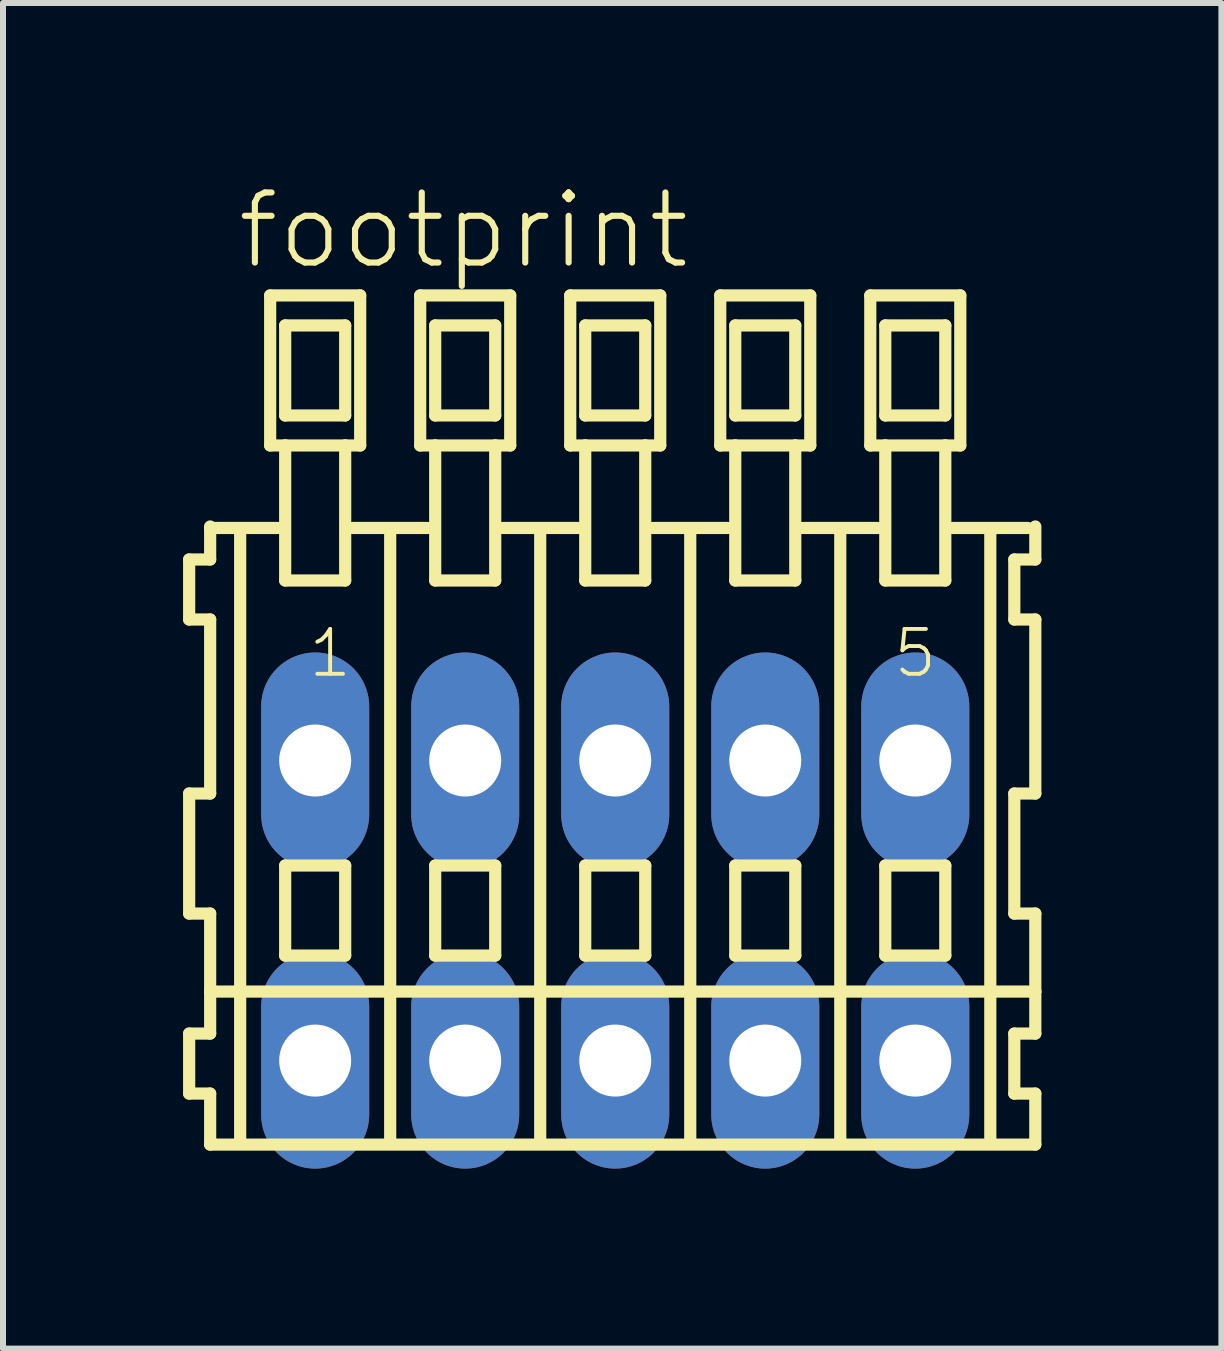
<source format=kicad_pcb>
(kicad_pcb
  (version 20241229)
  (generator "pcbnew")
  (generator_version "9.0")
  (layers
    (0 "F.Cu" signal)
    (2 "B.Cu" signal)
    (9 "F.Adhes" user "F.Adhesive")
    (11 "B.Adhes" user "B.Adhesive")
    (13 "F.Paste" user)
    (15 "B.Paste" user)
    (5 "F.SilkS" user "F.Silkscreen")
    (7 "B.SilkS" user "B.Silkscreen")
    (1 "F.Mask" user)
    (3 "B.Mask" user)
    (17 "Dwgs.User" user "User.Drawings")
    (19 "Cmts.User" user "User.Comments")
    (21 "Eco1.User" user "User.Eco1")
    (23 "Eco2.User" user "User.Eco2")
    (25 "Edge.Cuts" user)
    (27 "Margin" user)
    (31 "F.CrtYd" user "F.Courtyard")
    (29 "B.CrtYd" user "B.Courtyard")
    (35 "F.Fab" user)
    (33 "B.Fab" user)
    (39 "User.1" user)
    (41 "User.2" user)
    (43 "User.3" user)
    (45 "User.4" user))
  (footprint "footprint"
    (layer "F.Cu")
    (at 7.202 12.123)
    (property "Reference" "footprint" (at -6.35 -10.65 0) (layer "F.SilkS") (effects (font (size 1.168 1.168) (thickness 0.102)) (justify left bottom)))
    (fp_line (start -7.1 -5.85) (end -7.1 -4.85) (stroke (width 0.203) (type solid)) (layer "F.SilkS"))
    (fp_line (start -7.1 -4.85) (end -6.75 -4.85) (stroke (width 0.203) (type solid)) (layer "F.SilkS"))
    (fp_line (start -7.1 -1.95) (end -7.1 0.05) (stroke (width 0.203) (type solid)) (layer "F.SilkS"))
    (fp_line (start -7.1 0.05) (end -6.75 0.05) (stroke (width 0.203) (type solid)) (layer "F.SilkS"))
    (fp_line (start -7.1 2.05) (end -7.1 3.05) (stroke (width 0.203) (type solid)) (layer "F.SilkS"))
    (fp_line (start -7.1 3.05) (end -6.75 3.05) (stroke (width 0.203) (type solid)) (layer "F.SilkS"))
    (fp_line (start -6.75 -6.4) (end -6.75 -6.375) (stroke (width 0.203) (type solid)) (layer "F.SilkS"))
    (fp_line (start -6.75 -6.375) (end -6.75 -5.85) (stroke (width 0.203) (type solid)) (layer "F.SilkS"))
    (fp_line (start -6.75 -6.375) (end -5.625 -6.375) (stroke (width 0.203) (type solid)) (layer "F.SilkS"))
    (fp_line (start -6.75 -5.85) (end -7.1 -5.85) (stroke (width 0.203) (type solid)) (layer "F.SilkS"))
    (fp_line (start -6.75 -4.85) (end -6.75 -1.95) (stroke (width 0.203) (type solid)) (layer "F.SilkS"))
    (fp_line (start -6.75 -1.95) (end -7.1 -1.95) (stroke (width 0.203) (type solid)) (layer "F.SilkS"))
    (fp_line (start -6.75 0.05) (end -6.75 1.35) (stroke (width 0.203) (type solid)) (layer "F.SilkS"))
    (fp_line (start -6.75 1.35) (end -6.75 2.05) (stroke (width 0.203) (type solid)) (layer "F.SilkS"))
    (fp_line (start -6.75 1.35) (end 7 1.35) (stroke (width 0.203) (type solid)) (layer "F.SilkS"))
    (fp_line (start -6.75 2.05) (end -7.1 2.05) (stroke (width 0.203) (type solid)) (layer "F.SilkS"))
    (fp_line (start -6.75 3.05) (end -6.75 3.9) (stroke (width 0.203) (type solid)) (layer "F.SilkS"))
    (fp_line (start -6.75 3.9) (end 7 3.9) (stroke (width 0.203) (type solid)) (layer "F.SilkS"))
    (fp_line (start -6.25 -6.35) (end -6.25 3.8) (stroke (width 0.203) (type solid)) (layer "F.SilkS"))
    (fp_line (start -5.75 -10.25) (end -5.75 -7.75) (stroke (width 0.203) (type solid)) (layer "F.SilkS"))
    (fp_line (start -5.75 -7.75) (end -5.5 -7.75) (stroke (width 0.203) (type solid)) (layer "F.SilkS"))
    (fp_line (start -5.5 -9.75) (end -5.5 -8.25) (stroke (width 0.203) (type solid)) (layer "F.SilkS"))
    (fp_line (start -5.5 -8.25) (end -4.5 -8.25) (stroke (width 0.203) (type solid)) (layer "F.SilkS"))
    (fp_line (start -5.5 -7.75) (end -5.5 -5.5) (stroke (width 0.203) (type solid)) (layer "F.SilkS"))
    (fp_line (start -5.5 -7.75) (end -4.5 -7.75) (stroke (width 0.203) (type solid)) (layer "F.SilkS"))
    (fp_line (start -5.5 -5.5) (end -4.5 -5.5) (stroke (width 0.203) (type solid)) (layer "F.SilkS"))
    (fp_line (start -5.5 -0.75) (end -5.5 0.75) (stroke (width 0.203) (type solid)) (layer "F.SilkS"))
    (fp_line (start -5.5 0.75) (end -4.5 0.75) (stroke (width 0.203) (type solid)) (layer "F.SilkS"))
    (fp_line (start -4.5 -9.75) (end -5.5 -9.75) (stroke (width 0.203) (type solid)) (layer "F.SilkS"))
    (fp_line (start -4.5 -8.25) (end -4.5 -9.75) (stroke (width 0.203) (type solid)) (layer "F.SilkS"))
    (fp_line (start -4.5 -7.75) (end -4.25 -7.75) (stroke (width 0.203) (type solid)) (layer "F.SilkS"))
    (fp_line (start -4.5 -5.5) (end -4.5 -7.75) (stroke (width 0.203) (type solid)) (layer "F.SilkS"))
    (fp_line (start -4.5 -0.75) (end -5.5 -0.75) (stroke (width 0.203) (type solid)) (layer "F.SilkS"))
    (fp_line (start -4.5 0.75) (end -4.5 -0.75) (stroke (width 0.203) (type solid)) (layer "F.SilkS"))
    (fp_line (start -4.375 -6.375) (end -3.125 -6.375) (stroke (width 0.203) (type solid)) (layer "F.SilkS"))
    (fp_line (start -4.25 -10.25) (end -5.75 -10.25) (stroke (width 0.203) (type solid)) (layer "F.SilkS"))
    (fp_line (start -4.25 -7.75) (end -4.25 -10.25) (stroke (width 0.203) (type solid)) (layer "F.SilkS"))
    (fp_line (start -3.75 -6.35) (end -3.75 3.8) (stroke (width 0.203) (type solid)) (layer "F.SilkS"))
    (fp_line (start -3.25 -10.25) (end -3.25 -7.75) (stroke (width 0.203) (type solid)) (layer "F.SilkS"))
    (fp_line (start -3.25 -7.75) (end -3 -7.75) (stroke (width 0.203) (type solid)) (layer "F.SilkS"))
    (fp_line (start -3 -9.75) (end -3 -8.25) (stroke (width 0.203) (type solid)) (layer "F.SilkS"))
    (fp_line (start -3 -8.25) (end -2 -8.25) (stroke (width 0.203) (type solid)) (layer "F.SilkS"))
    (fp_line (start -3 -7.75) (end -3 -5.5) (stroke (width 0.203) (type solid)) (layer "F.SilkS"))
    (fp_line (start -3 -7.75) (end -2 -7.75) (stroke (width 0.203) (type solid)) (layer "F.SilkS"))
    (fp_line (start -3 -5.5) (end -2 -5.5) (stroke (width 0.203) (type solid)) (layer "F.SilkS"))
    (fp_line (start -3 -0.75) (end -3 0.75) (stroke (width 0.203) (type solid)) (layer "F.SilkS"))
    (fp_line (start -3 0.75) (end -2 0.75) (stroke (width 0.203) (type solid)) (layer "F.SilkS"))
    (fp_line (start -2 -9.75) (end -3 -9.75) (stroke (width 0.203) (type solid)) (layer "F.SilkS"))
    (fp_line (start -2 -8.25) (end -2 -9.75) (stroke (width 0.203) (type solid)) (layer "F.SilkS"))
    (fp_line (start -2 -7.75) (end -1.75 -7.75) (stroke (width 0.203) (type solid)) (layer "F.SilkS"))
    (fp_line (start -2 -5.5) (end -2 -7.75) (stroke (width 0.203) (type solid)) (layer "F.SilkS"))
    (fp_line (start -2 -0.75) (end -3 -0.75) (stroke (width 0.203) (type solid)) (layer "F.SilkS"))
    (fp_line (start -2 0.75) (end -2 -0.75) (stroke (width 0.203) (type solid)) (layer "F.SilkS"))
    (fp_line (start -1.875 -6.375) (end -0.625 -6.375) (stroke (width 0.203) (type solid)) (layer "F.SilkS"))
    (fp_line (start -1.75 -10.25) (end -3.25 -10.25) (stroke (width 0.203) (type solid)) (layer "F.SilkS"))
    (fp_line (start -1.75 -7.75) (end -1.75 -10.25) (stroke (width 0.203) (type solid)) (layer "F.SilkS"))
    (fp_line (start -1.25 -6.35) (end -1.25 3.8) (stroke (width 0.203) (type solid)) (layer "F.SilkS"))
    (fp_line (start -0.75 -10.25) (end -0.75 -7.75) (stroke (width 0.203) (type solid)) (layer "F.SilkS"))
    (fp_line (start -0.75 -7.75) (end -0.5 -7.75) (stroke (width 0.203) (type solid)) (layer "F.SilkS"))
    (fp_line (start -0.5 -9.75) (end -0.5 -8.25) (stroke (width 0.203) (type solid)) (layer "F.SilkS"))
    (fp_line (start -0.5 -8.25) (end 0.5 -8.25) (stroke (width 0.203) (type solid)) (layer "F.SilkS"))
    (fp_line (start -0.5 -7.75) (end -0.5 -5.5) (stroke (width 0.203) (type solid)) (layer "F.SilkS"))
    (fp_line (start -0.5 -7.75) (end 0.5 -7.75) (stroke (width 0.203) (type solid)) (layer "F.SilkS"))
    (fp_line (start -0.5 -5.5) (end 0.5 -5.5) (stroke (width 0.203) (type solid)) (layer "F.SilkS"))
    (fp_line (start -0.5 -0.75) (end -0.5 0.75) (stroke (width 0.203) (type solid)) (layer "F.SilkS"))
    (fp_line (start -0.5 0.75) (end 0.5 0.75) (stroke (width 0.203) (type solid)) (layer "F.SilkS"))
    (fp_line (start 0.5 -9.75) (end -0.5 -9.75) (stroke (width 0.203) (type solid)) (layer "F.SilkS"))
    (fp_line (start 0.5 -8.25) (end 0.5 -9.75) (stroke (width 0.203) (type solid)) (layer "F.SilkS"))
    (fp_line (start 0.5 -7.75) (end 0.75 -7.75) (stroke (width 0.203) (type solid)) (layer "F.SilkS"))
    (fp_line (start 0.5 -5.5) (end 0.5 -7.75) (stroke (width 0.203) (type solid)) (layer "F.SilkS"))
    (fp_line (start 0.5 -0.75) (end -0.5 -0.75) (stroke (width 0.203) (type solid)) (layer "F.SilkS"))
    (fp_line (start 0.5 0.75) (end 0.5 -0.75) (stroke (width 0.203) (type solid)) (layer "F.SilkS"))
    (fp_line (start 0.625 -6.375) (end 1.875 -6.375) (stroke (width 0.203) (type solid)) (layer "F.SilkS"))
    (fp_line (start 0.75 -10.25) (end -0.75 -10.25) (stroke (width 0.203) (type solid)) (layer "F.SilkS"))
    (fp_line (start 0.75 -7.75) (end 0.75 -10.25) (stroke (width 0.203) (type solid)) (layer "F.SilkS"))
    (fp_line (start 1.25 -6.35) (end 1.25 3.8) (stroke (width 0.203) (type solid)) (layer "F.SilkS"))
    (fp_line (start 1.75 -10.25) (end 1.75 -7.75) (stroke (width 0.203) (type solid)) (layer "F.SilkS"))
    (fp_line (start 1.75 -7.75) (end 2 -7.75) (stroke (width 0.203) (type solid)) (layer "F.SilkS"))
    (fp_line (start 2 -9.75) (end 2 -8.25) (stroke (width 0.203) (type solid)) (layer "F.SilkS"))
    (fp_line (start 2 -8.25) (end 3 -8.25) (stroke (width 0.203) (type solid)) (layer "F.SilkS"))
    (fp_line (start 2 -7.75) (end 2 -5.5) (stroke (width 0.203) (type solid)) (layer "F.SilkS"))
    (fp_line (start 2 -7.75) (end 3 -7.75) (stroke (width 0.203) (type solid)) (layer "F.SilkS"))
    (fp_line (start 2 -5.5) (end 3 -5.5) (stroke (width 0.203) (type solid)) (layer "F.SilkS"))
    (fp_line (start 2 -0.75) (end 2 0.75) (stroke (width 0.203) (type solid)) (layer "F.SilkS"))
    (fp_line (start 2 0.75) (end 3 0.75) (stroke (width 0.203) (type solid)) (layer "F.SilkS"))
    (fp_line (start 3 -9.75) (end 2 -9.75) (stroke (width 0.203) (type solid)) (layer "F.SilkS"))
    (fp_line (start 3 -8.25) (end 3 -9.75) (stroke (width 0.203) (type solid)) (layer "F.SilkS"))
    (fp_line (start 3 -7.75) (end 3.25 -7.75) (stroke (width 0.203) (type solid)) (layer "F.SilkS"))
    (fp_line (start 3 -5.5) (end 3 -7.75) (stroke (width 0.203) (type solid)) (layer "F.SilkS"))
    (fp_line (start 3 -0.75) (end 2 -0.75) (stroke (width 0.203) (type solid)) (layer "F.SilkS"))
    (fp_line (start 3 0.75) (end 3 -0.75) (stroke (width 0.203) (type solid)) (layer "F.SilkS"))
    (fp_line (start 3.125 -6.375) (end 4.375 -6.375) (stroke (width 0.203) (type solid)) (layer "F.SilkS"))
    (fp_line (start 3.25 -10.25) (end 1.75 -10.25) (stroke (width 0.203) (type solid)) (layer "F.SilkS"))
    (fp_line (start 3.25 -7.75) (end 3.25 -10.25) (stroke (width 0.203) (type solid)) (layer "F.SilkS"))
    (fp_line (start 3.75 -6.35) (end 3.75 3.8) (stroke (width 0.203) (type solid)) (layer "F.SilkS"))
    (fp_line (start 4.25 -10.25) (end 4.25 -7.75) (stroke (width 0.203) (type solid)) (layer "F.SilkS"))
    (fp_line (start 4.25 -7.75) (end 4.5 -7.75) (stroke (width 0.203) (type solid)) (layer "F.SilkS"))
    (fp_line (start 4.5 -9.75) (end 4.5 -8.25) (stroke (width 0.203) (type solid)) (layer "F.SilkS"))
    (fp_line (start 4.5 -8.25) (end 5.5 -8.25) (stroke (width 0.203) (type solid)) (layer "F.SilkS"))
    (fp_line (start 4.5 -7.75) (end 4.5 -5.5) (stroke (width 0.203) (type solid)) (layer "F.SilkS"))
    (fp_line (start 4.5 -7.75) (end 5.5 -7.75) (stroke (width 0.203) (type solid)) (layer "F.SilkS"))
    (fp_line (start 4.5 -5.5) (end 5.5 -5.5) (stroke (width 0.203) (type solid)) (layer "F.SilkS"))
    (fp_line (start 4.5 -0.75) (end 4.5 0.75) (stroke (width 0.203) (type solid)) (layer "F.SilkS"))
    (fp_line (start 4.5 0.75) (end 5.5 0.75) (stroke (width 0.203) (type solid)) (layer "F.SilkS"))
    (fp_line (start 5.5 -9.75) (end 4.5 -9.75) (stroke (width 0.203) (type solid)) (layer "F.SilkS"))
    (fp_line (start 5.5 -8.25) (end 5.5 -9.75) (stroke (width 0.203) (type solid)) (layer "F.SilkS"))
    (fp_line (start 5.5 -7.75) (end 5.75 -7.75) (stroke (width 0.203) (type solid)) (layer "F.SilkS"))
    (fp_line (start 5.5 -5.5) (end 5.5 -7.75) (stroke (width 0.203) (type solid)) (layer "F.SilkS"))
    (fp_line (start 5.5 -0.75) (end 4.5 -0.75) (stroke (width 0.203) (type solid)) (layer "F.SilkS"))
    (fp_line (start 5.5 0.75) (end 5.5 -0.75) (stroke (width 0.203) (type solid)) (layer "F.SilkS"))
    (fp_line (start 5.625 -6.375) (end 6.875 -6.375) (stroke (width 0.203) (type solid)) (layer "F.SilkS"))
    (fp_line (start 5.75 -10.25) (end 4.25 -10.25) (stroke (width 0.203) (type solid)) (layer "F.SilkS"))
    (fp_line (start 5.75 -7.75) (end 5.75 -10.25) (stroke (width 0.203) (type solid)) (layer "F.SilkS"))
    (fp_line (start 6.25 -6.35) (end 6.25 3.8) (stroke (width 0.203) (type solid)) (layer "F.SilkS"))
    (fp_line (start 6.65 -5.85) (end 6.65 -4.85) (stroke (width 0.203) (type solid)) (layer "F.SilkS"))
    (fp_line (start 6.65 -4.85) (end 7 -4.85) (stroke (width 0.203) (type solid)) (layer "F.SilkS"))
    (fp_line (start 6.65 -1.95) (end 6.65 0.05) (stroke (width 0.203) (type solid)) (layer "F.SilkS"))
    (fp_line (start 6.65 0.05) (end 7 0.05) (stroke (width 0.203) (type solid)) (layer "F.SilkS"))
    (fp_line (start 6.65 2.05) (end 6.65 3.05) (stroke (width 0.203) (type solid)) (layer "F.SilkS"))
    (fp_line (start 6.65 3.05) (end 7 3.05) (stroke (width 0.203) (type solid)) (layer "F.SilkS"))
    (fp_line (start 7 -5.85) (end 6.65 -5.85) (stroke (width 0.203) (type solid)) (layer "F.SilkS"))
    (fp_line (start 7 -5.85) (end 7 -6.4) (stroke (width 0.203) (type solid)) (layer "F.SilkS"))
    (fp_line (start 7 -1.95) (end 6.65 -1.95) (stroke (width 0.203) (type solid)) (layer "F.SilkS"))
    (fp_line (start 7 -1.95) (end 7 -4.85) (stroke (width 0.203) (type solid)) (layer "F.SilkS"))
    (fp_line (start 7 1.35) (end 7 0.05) (stroke (width 0.203) (type solid)) (layer "F.SilkS"))
    (fp_line (start 7 2.05) (end 6.65 2.05) (stroke (width 0.203) (type solid)) (layer "F.SilkS"))
    (fp_line (start 7 2.05) (end 7 1.35) (stroke (width 0.203) (type solid)) (layer "F.SilkS"))
    (fp_line (start 7 3.9) (end 7 3.05) (stroke (width 0.203) (type solid)) (layer "F.SilkS"))
    (fp_text user "5" (at 4.6 -3.85 0) (layer "F.SilkS") (effects (font (size 0.748 0.748) (thickness 0.065)) (justify left bottom)))
    (fp_text user "1" (at -5.15 -3.85 0) (layer "F.SilkS") (effects (font (size 0.748 0.748) (thickness 0.065)) (justify left bottom)))
    (pad "A1" thru_hole oval (at -5 -2.5 90) (size 3.6 1.8) (drill 1.2) (layers "*.Cu" "*.Mask"))
    (pad "A2" thru_hole oval (at -2.5 -2.5 90) (size 3.6 1.8) (drill 1.2) (layers "*.Cu" "*.Mask"))
    (pad "A3" thru_hole oval (at 0 -2.5 90) (size 3.6 1.8) (drill 1.2) (layers "*.Cu" "*.Mask"))
    (pad "A4" thru_hole oval (at 2.5 -2.5 90) (size 3.6 1.8) (drill 1.2) (layers "*.Cu" "*.Mask"))
    (pad "A5" thru_hole oval (at 5 -2.5 90) (size 3.6 1.8) (drill 1.2) (layers "*.Cu" "*.Mask"))
    (pad "B1" thru_hole oval (at -5 2.5 90) (size 3.6 1.8) (drill 1.2) (layers "*.Cu" "*.Mask"))
    (pad "B2" thru_hole oval (at -2.5 2.5 90) (size 3.6 1.8) (drill 1.2) (layers "*.Cu" "*.Mask"))
    (pad "B3" thru_hole oval (at 0 2.5 90) (size 3.6 1.8) (drill 1.2) (layers "*.Cu" "*.Mask"))
    (pad "B4" thru_hole oval (at 2.5 2.5 90) (size 3.6 1.8) (drill 1.2) (layers "*.Cu" "*.Mask"))
    (pad "B5" thru_hole oval (at 5 2.5 90) (size 3.6 1.8) (drill 1.2) (layers "*.Cu" "*.Mask")))
  (gr_rect
    (start -3 -3)
    (end 17.303 19.423)
    (stroke (width 0.1) (type default))
    (fill no)
    (layer "Edge.Cuts")))
</source>
